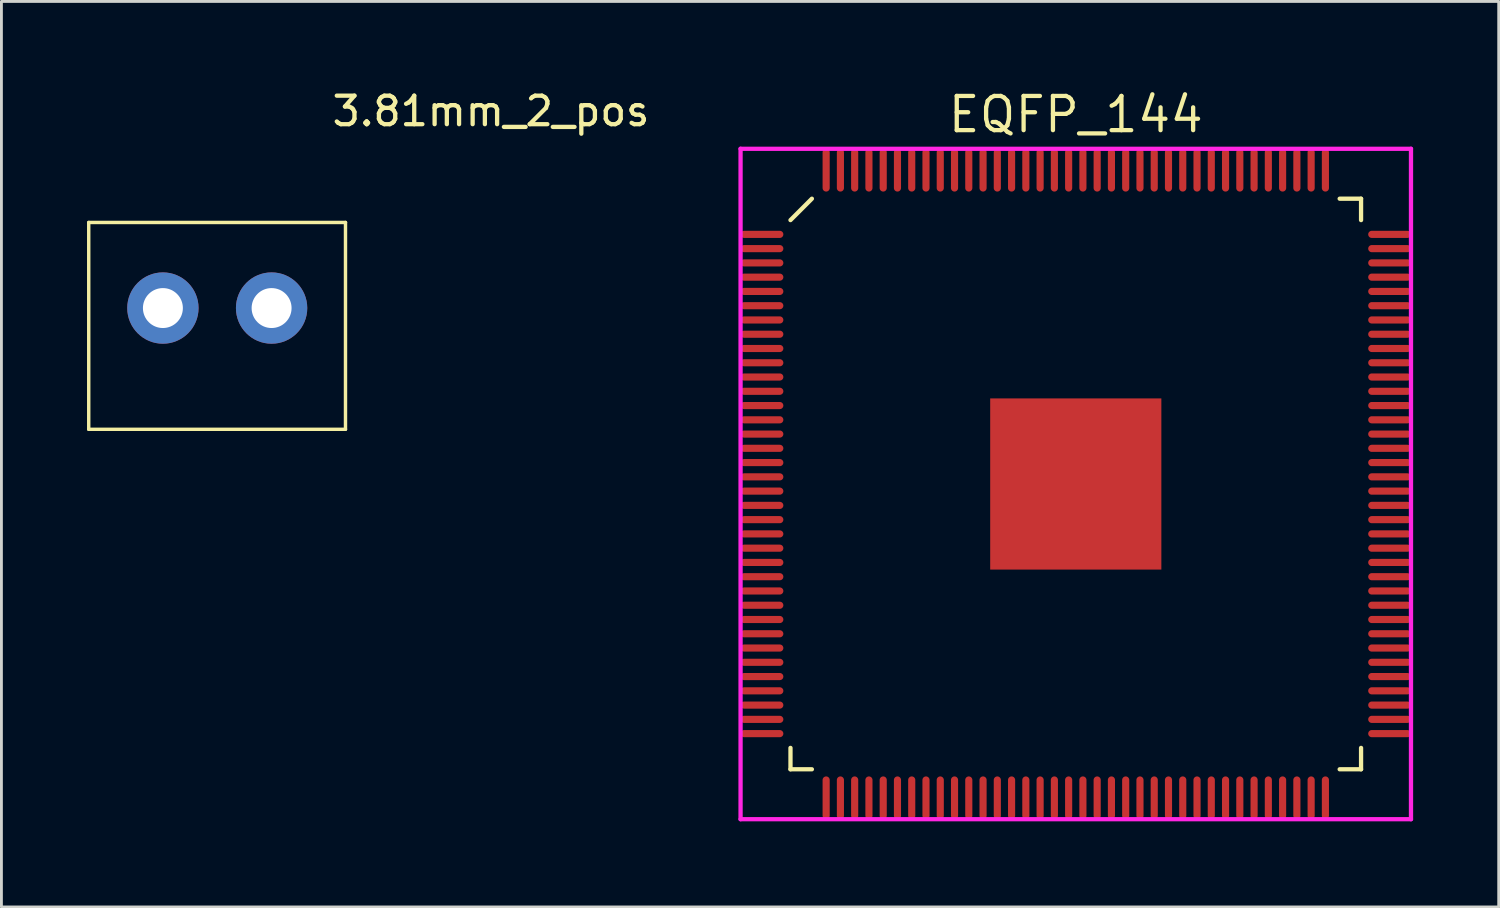
<source format=kicad_pcb>
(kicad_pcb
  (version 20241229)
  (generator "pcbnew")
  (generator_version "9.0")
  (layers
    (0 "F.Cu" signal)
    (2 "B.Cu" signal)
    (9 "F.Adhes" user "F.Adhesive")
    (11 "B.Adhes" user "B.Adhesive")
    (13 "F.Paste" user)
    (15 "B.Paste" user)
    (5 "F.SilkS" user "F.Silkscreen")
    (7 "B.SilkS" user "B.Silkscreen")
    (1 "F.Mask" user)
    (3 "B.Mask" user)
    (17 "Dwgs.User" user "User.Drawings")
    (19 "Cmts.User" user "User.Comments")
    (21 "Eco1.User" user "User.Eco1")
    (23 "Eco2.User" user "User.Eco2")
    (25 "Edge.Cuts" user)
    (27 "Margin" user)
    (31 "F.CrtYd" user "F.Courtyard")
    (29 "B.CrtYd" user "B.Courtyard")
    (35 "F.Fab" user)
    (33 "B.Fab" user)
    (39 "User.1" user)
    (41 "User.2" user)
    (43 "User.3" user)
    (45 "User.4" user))
  (footprint "3.81mm_2_pos"
    (layer "F.Cu")
    (at 2.66 7.748)
    (property "Reference" "3.81mm_2_pos" (at 11.5 -6.9 0) (layer "F.SilkS") (effects (font (size 1 1) (thickness 0.15))))
    (attr through_hole)
    (fp_line (start -2.6 -3) (end -2.6 4.25) (stroke (width 0.12) (type solid)) (layer "F.SilkS"))
    (fp_line (start -2.6 -3) (end 6.4 -3) (stroke (width 0.12) (type solid)) (layer "F.SilkS"))
    (fp_line (start 6.4 -3) (end 6.4 4.25) (stroke (width 0.12) (type solid)) (layer "F.SilkS"))
    (fp_line (start 6.4 4.25) (end -2.6 4.25) (stroke (width 0.12) (type solid)) (layer "F.SilkS"))
    (pad "1" thru_hole circle (at 0 0) (size 2.5 2.5) (drill 1.4) (layers "*.Cu" "*.Mask"))
    (pad "2" thru_hole circle (at 3.81 0) (size 2.5 2.5) (drill 1.4) (layers "*.Cu" "*.Mask")))
  (footprint "EQFP_144"
    (layer "F.Cu")
    (at 34.658 13.915)
    (property "Reference" "EQFP_144" (at 0 -12.95 0) (layer "F.SilkS") (effects (font (size 1.2 1.2) (thickness 0.15))))
    (attr through_hole)
    (fp_line (start -10 -9.25) (end -9.25 -10) (stroke (width 0.15) (type solid)) (layer "F.SilkS"))
    (fp_line (start -10 10) (end -10 9.25) (stroke (width 0.15) (type solid)) (layer "F.SilkS"))
    (fp_line (start -9.25 10) (end -10 10) (stroke (width 0.15) (type solid)) (layer "F.SilkS"))
    (fp_line (start 9.25 -10) (end 10 -10) (stroke (width 0.15) (type solid)) (layer "F.SilkS"))
    (fp_line (start 9.25 10) (end 10 10) (stroke (width 0.15) (type solid)) (layer "F.SilkS"))
    (fp_line (start 10 -10) (end 10 -9.25) (stroke (width 0.15) (type solid)) (layer "F.SilkS"))
    (fp_line (start 10 10) (end 10 9.25) (stroke (width 0.15) (type solid)) (layer "F.SilkS"))
    (fp_line (start -11.75 -11.75) (end 11.75 -11.75) (stroke (width 0.15) (type solid)) (layer "F.CrtYd"))
    (fp_line (start -11.75 11.75) (end -11.75 -11.75) (stroke (width 0.15) (type solid)) (layer "F.CrtYd"))
    (fp_line (start 11.75 -11.75) (end 11.75 11.75) (stroke (width 0.15) (type solid)) (layer "F.CrtYd"))
    (fp_line (start 11.75 11.75) (end -11.75 11.75) (stroke (width 0.15) (type solid)) (layer "F.CrtYd"))
    (pad "1" smd oval (at -11 -8.75 90) (size 0.25 1.5) (layers "F.Cu" "F.Mask" "F.Paste"))
    (pad "2" smd oval (at -11 -8.25 90) (size 0.25 1.5) (layers "F.Cu" "F.Mask" "F.Paste"))
    (pad "3" smd oval (at -11 -7.75 90) (size 0.25 1.5) (layers "F.Cu" "F.Mask" "F.Paste"))
    (pad "4" smd oval (at -11 -7.25 90) (size 0.25 1.5) (layers "F.Cu" "F.Mask" "F.Paste"))
    (pad "5" smd oval (at -11 -6.75 90) (size 0.25 1.5) (layers "F.Cu" "F.Mask" "F.Paste"))
    (pad "6" smd oval (at -11 -6.25 90) (size 0.25 1.5) (layers "F.Cu" "F.Mask" "F.Paste"))
    (pad "7" smd oval (at -11 -5.75 90) (size 0.25 1.5) (layers "F.Cu" "F.Mask" "F.Paste"))
    (pad "8" smd oval (at -11 -5.25 90) (size 0.25 1.5) (layers "F.Cu" "F.Mask" "F.Paste"))
    (pad "9" smd oval (at -11 -4.75 90) (size 0.25 1.5) (layers "F.Cu" "F.Mask" "F.Paste"))
    (pad "10" smd oval (at -11 -4.25 90) (size 0.25 1.5) (layers "F.Cu" "F.Mask" "F.Paste"))
    (pad "11" smd oval (at -11 -3.75 90) (size 0.25 1.5) (layers "F.Cu" "F.Mask" "F.Paste"))
    (pad "12" smd oval (at -11 -3.25 90) (size 0.25 1.5) (layers "F.Cu" "F.Mask" "F.Paste"))
    (pad "13" smd oval (at -11 -2.75 90) (size 0.25 1.5) (layers "F.Cu" "F.Mask" "F.Paste"))
    (pad "14" smd oval (at -11 -2.25 90) (size 0.25 1.5) (layers "F.Cu" "F.Mask" "F.Paste"))
    (pad "15" smd oval (at -11 -1.75 90) (size 0.25 1.5) (layers "F.Cu" "F.Mask" "F.Paste"))
    (pad "16" smd oval (at -11 -1.25 90) (size 0.25 1.5) (layers "F.Cu" "F.Mask" "F.Paste"))
    (pad "17" smd oval (at -11 -0.75 90) (size 0.25 1.5) (layers "F.Cu" "F.Mask" "F.Paste"))
    (pad "18" smd oval (at -11 -0.25 90) (size 0.25 1.5) (layers "F.Cu" "F.Mask" "F.Paste"))
    (pad "19" smd oval (at -11 0.25 90) (size 0.25 1.5) (layers "F.Cu" "F.Mask" "F.Paste"))
    (pad "20" smd oval (at -11 0.75 90) (size 0.25 1.5) (layers "F.Cu" "F.Mask" "F.Paste"))
    (pad "21" smd oval (at -11 1.25 90) (size 0.25 1.5) (layers "F.Cu" "F.Mask" "F.Paste"))
    (pad "22" smd oval (at -11 1.75 90) (size 0.25 1.5) (layers "F.Cu" "F.Mask" "F.Paste"))
    (pad "23" smd oval (at -11 2.25 90) (size 0.25 1.5) (layers "F.Cu" "F.Mask" "F.Paste"))
    (pad "24" smd oval (at -11 2.75 90) (size 0.25 1.5) (layers "F.Cu" "F.Mask" "F.Paste"))
    (pad "25" smd oval (at -11 3.25 90) (size 0.25 1.5) (layers "F.Cu" "F.Mask" "F.Paste"))
    (pad "26" smd oval (at -11 3.75 90) (size 0.25 1.5) (layers "F.Cu" "F.Mask" "F.Paste"))
    (pad "27" smd oval (at -11 4.25 90) (size 0.25 1.5) (layers "F.Cu" "F.Mask" "F.Paste"))
    (pad "28" smd oval (at -11 4.75 90) (size 0.25 1.5) (layers "F.Cu" "F.Mask" "F.Paste"))
    (pad "29" smd oval (at -11 5.25 90) (size 0.25 1.5) (layers "F.Cu" "F.Mask" "F.Paste"))
    (pad "30" smd oval (at -11 5.75 90) (size 0.25 1.5) (layers "F.Cu" "F.Mask" "F.Paste"))
    (pad "31" smd oval (at -11 6.25 90) (size 0.25 1.5) (layers "F.Cu" "F.Mask" "F.Paste"))
    (pad "32" smd oval (at -11 6.75 90) (size 0.25 1.5) (layers "F.Cu" "F.Mask" "F.Paste"))
    (pad "33" smd oval (at -11 7.25 90) (size 0.25 1.5) (layers "F.Cu" "F.Mask" "F.Paste"))
    (pad "34" smd oval (at -11 7.75 90) (size 0.25 1.5) (layers "F.Cu" "F.Mask" "F.Paste"))
    (pad "35" smd oval (at -11 8.25 90) (size 0.25 1.5) (layers "F.Cu" "F.Mask" "F.Paste"))
    (pad "36" smd oval (at -11 8.75 90) (size 0.25 1.5) (layers "F.Cu" "F.Mask" "F.Paste"))
    (pad "37" smd oval (at -8.75 11) (size 0.25 1.5) (layers "F.Cu" "F.Mask" "F.Paste"))
    (pad "38" smd oval (at -8.25 11) (size 0.25 1.5) (layers "F.Cu" "F.Mask" "F.Paste"))
    (pad "39" smd oval (at -7.75 11) (size 0.25 1.5) (layers "F.Cu" "F.Mask" "F.Paste"))
    (pad "40" smd oval (at -7.25 11) (size 0.25 1.5) (layers "F.Cu" "F.Mask" "F.Paste"))
    (pad "41" smd oval (at -6.75 11) (size 0.25 1.5) (layers "F.Cu" "F.Mask" "F.Paste"))
    (pad "42" smd oval (at -6.25 11) (size 0.25 1.5) (layers "F.Cu" "F.Mask" "F.Paste"))
    (pad "43" smd oval (at -5.75 11) (size 0.25 1.5) (layers "F.Cu" "F.Mask" "F.Paste"))
    (pad "44" smd oval (at -5.25 11) (size 0.25 1.5) (layers "F.Cu" "F.Mask" "F.Paste"))
    (pad "45" smd oval (at -4.75 11) (size 0.25 1.5) (layers "F.Cu" "F.Mask" "F.Paste"))
    (pad "46" smd oval (at -4.25 11) (size 0.25 1.5) (layers "F.Cu" "F.Mask" "F.Paste"))
    (pad "47" smd oval (at -3.75 11) (size 0.25 1.5) (layers "F.Cu" "F.Mask" "F.Paste"))
    (pad "48" smd oval (at -3.25 11) (size 0.25 1.5) (layers "F.Cu" "F.Mask" "F.Paste"))
    (pad "49" smd oval (at -2.75 11) (size 0.25 1.5) (layers "F.Cu" "F.Mask" "F.Paste"))
    (pad "50" smd oval (at -2.25 11) (size 0.25 1.5) (layers "F.Cu" "F.Mask" "F.Paste"))
    (pad "51" smd oval (at -1.75 11) (size 0.25 1.5) (layers "F.Cu" "F.Mask" "F.Paste"))
    (pad "52" smd oval (at -1.25 11) (size 0.25 1.5) (layers "F.Cu" "F.Mask" "F.Paste"))
    (pad "53" smd oval (at -0.75 11) (size 0.25 1.5) (layers "F.Cu" "F.Mask" "F.Paste"))
    (pad "54" smd oval (at -0.25 11) (size 0.25 1.5) (layers "F.Cu" "F.Mask" "F.Paste"))
    (pad "55" smd oval (at 0.25 11) (size 0.25 1.5) (layers "F.Cu" "F.Mask" "F.Paste"))
    (pad "56" smd oval (at 0.75 11) (size 0.25 1.5) (layers "F.Cu" "F.Mask" "F.Paste"))
    (pad "57" smd oval (at 1.25 11) (size 0.25 1.5) (layers "F.Cu" "F.Mask" "F.Paste"))
    (pad "58" smd oval (at 1.75 11) (size 0.25 1.5) (layers "F.Cu" "F.Mask" "F.Paste"))
    (pad "59" smd oval (at 2.25 11) (size 0.25 1.5) (layers "F.Cu" "F.Mask" "F.Paste"))
    (pad "60" smd oval (at 2.75 11) (size 0.25 1.5) (layers "F.Cu" "F.Mask" "F.Paste"))
    (pad "61" smd oval (at 3.25 11) (size 0.25 1.5) (layers "F.Cu" "F.Mask" "F.Paste"))
    (pad "62" smd oval (at 3.75 11) (size 0.25 1.5) (layers "F.Cu" "F.Mask" "F.Paste"))
    (pad "63" smd oval (at 4.25 11) (size 0.25 1.5) (layers "F.Cu" "F.Mask" "F.Paste"))
    (pad "64" smd oval (at 4.75 11) (size 0.25 1.5) (layers "F.Cu" "F.Mask" "F.Paste"))
    (pad "65" smd oval (at 5.25 11) (size 0.25 1.5) (layers "F.Cu" "F.Mask" "F.Paste"))
    (pad "66" smd oval (at 5.75 11) (size 0.25 1.5) (layers "F.Cu" "F.Mask" "F.Paste"))
    (pad "67" smd oval (at 6.25 11) (size 0.25 1.5) (layers "F.Cu" "F.Mask" "F.Paste"))
    (pad "68" smd oval (at 6.75 11) (size 0.25 1.5) (layers "F.Cu" "F.Mask" "F.Paste"))
    (pad "69" smd oval (at 7.25 11) (size 0.25 1.5) (layers "F.Cu" "F.Mask" "F.Paste"))
    (pad "70" smd oval (at 7.75 11) (size 0.25 1.5) (layers "F.Cu" "F.Mask" "F.Paste"))
    (pad "71" smd oval (at 8.25 11) (size 0.25 1.5) (layers "F.Cu" "F.Mask" "F.Paste"))
    (pad "72" smd oval (at 8.75 11) (size 0.25 1.5) (layers "F.Cu" "F.Mask" "F.Paste"))
    (pad "73" smd oval (at 11 8.75 90) (size 0.25 1.5) (layers "F.Cu" "F.Mask" "F.Paste"))
    (pad "74" smd oval (at 11 8.25 90) (size 0.25 1.5) (layers "F.Cu" "F.Mask" "F.Paste"))
    (pad "75" smd oval (at 11 7.75 90) (size 0.25 1.5) (layers "F.Cu" "F.Mask" "F.Paste"))
    (pad "76" smd oval (at 11 7.25 90) (size 0.25 1.5) (layers "F.Cu" "F.Mask" "F.Paste"))
    (pad "77" smd oval (at 11 6.75 90) (size 0.25 1.5) (layers "F.Cu" "F.Mask" "F.Paste"))
    (pad "78" smd oval (at 11 6.25 90) (size 0.25 1.5) (layers "F.Cu" "F.Mask" "F.Paste"))
    (pad "79" smd oval (at 11 5.75 90) (size 0.25 1.5) (layers "F.Cu" "F.Mask" "F.Paste"))
    (pad "80" smd oval (at 11 5.25 90) (size 0.25 1.5) (layers "F.Cu" "F.Mask" "F.Paste"))
    (pad "81" smd oval (at 11 4.75 90) (size 0.25 1.5) (layers "F.Cu" "F.Mask" "F.Paste"))
    (pad "82" smd oval (at 11 4.25 90) (size 0.25 1.5) (layers "F.Cu" "F.Mask" "F.Paste"))
    (pad "83" smd oval (at 11 3.75 90) (size 0.25 1.5) (layers "F.Cu" "F.Mask" "F.Paste"))
    (pad "84" smd oval (at 11 3.25 90) (size 0.25 1.5) (layers "F.Cu" "F.Mask" "F.Paste"))
    (pad "85" smd oval (at 11 2.75 90) (size 0.25 1.5) (layers "F.Cu" "F.Mask" "F.Paste"))
    (pad "86" smd oval (at 11 2.25 90) (size 0.25 1.5) (layers "F.Cu" "F.Mask" "F.Paste"))
    (pad "87" smd oval (at 11 1.75 90) (size 0.25 1.5) (layers "F.Cu" "F.Mask" "F.Paste"))
    (pad "88" smd oval (at 11 1.25 90) (size 0.25 1.5) (layers "F.Cu" "F.Mask" "F.Paste"))
    (pad "89" smd oval (at 11 0.75 90) (size 0.25 1.5) (layers "F.Cu" "F.Mask" "F.Paste"))
    (pad "90" smd oval (at 11 0.25 90) (size 0.25 1.5) (layers "F.Cu" "F.Mask" "F.Paste"))
    (pad "91" smd oval (at 11 -0.25 90) (size 0.25 1.5) (layers "F.Cu" "F.Mask" "F.Paste"))
    (pad "92" smd oval (at 11 -0.75 90) (size 0.25 1.5) (layers "F.Cu" "F.Mask" "F.Paste"))
    (pad "93" smd oval (at 11 -1.25 90) (size 0.25 1.5) (layers "F.Cu" "F.Mask" "F.Paste"))
    (pad "94" smd oval (at 11 -1.75 90) (size 0.25 1.5) (layers "F.Cu" "F.Mask" "F.Paste"))
    (pad "95" smd oval (at 11 -2.25 90) (size 0.25 1.5) (layers "F.Cu" "F.Mask" "F.Paste"))
    (pad "96" smd oval (at 11 -2.75 90) (size 0.25 1.5) (layers "F.Cu" "F.Mask" "F.Paste"))
    (pad "97" smd oval (at 11 -3.25 90) (size 0.25 1.5) (layers "F.Cu" "F.Mask" "F.Paste"))
    (pad "98" smd oval (at 11 -3.75 90) (size 0.25 1.5) (layers "F.Cu" "F.Mask" "F.Paste"))
    (pad "99" smd oval (at 11 -4.25 90) (size 0.25 1.5) (layers "F.Cu" "F.Mask" "F.Paste"))
    (pad "100" smd oval (at 11 -4.75 90) (size 0.25 1.5) (layers "F.Cu" "F.Mask" "F.Paste"))
    (pad "101" smd oval (at 11 -5.25 90) (size 0.25 1.5) (layers "F.Cu" "F.Mask" "F.Paste"))
    (pad "102" smd oval (at 11 -5.75 90) (size 0.25 1.5) (layers "F.Cu" "F.Mask" "F.Paste"))
    (pad "103" smd oval (at 11 -6.25 90) (size 0.25 1.5) (layers "F.Cu" "F.Mask" "F.Paste"))
    (pad "104" smd oval (at 11 -6.75 90) (size 0.25 1.5) (layers "F.Cu" "F.Mask" "F.Paste"))
    (pad "105" smd oval (at 11 -7.25 90) (size 0.25 1.5) (layers "F.Cu" "F.Mask" "F.Paste"))
    (pad "106" smd oval (at 11 -7.75 90) (size 0.25 1.5) (layers "F.Cu" "F.Mask" "F.Paste"))
    (pad "107" smd oval (at 11 -8.25 90) (size 0.25 1.5) (layers "F.Cu" "F.Mask" "F.Paste"))
    (pad "108" smd oval (at 11 -8.75 90) (size 0.25 1.5) (layers "F.Cu" "F.Mask" "F.Paste"))
    (pad "109" smd oval (at 8.75 -11) (size 0.25 1.5) (layers "F.Cu" "F.Mask" "F.Paste"))
    (pad "110" smd oval (at 8.25 -11) (size 0.25 1.5) (layers "F.Cu" "F.Mask" "F.Paste"))
    (pad "111" smd oval (at 7.75 -11) (size 0.25 1.5) (layers "F.Cu" "F.Mask" "F.Paste"))
    (pad "112" smd oval (at 7.25 -11) (size 0.25 1.5) (layers "F.Cu" "F.Mask" "F.Paste"))
    (pad "113" smd oval (at 6.75 -11) (size 0.25 1.5) (layers "F.Cu" "F.Mask" "F.Paste"))
    (pad "114" smd oval (at 6.25 -11) (size 0.25 1.5) (layers "F.Cu" "F.Mask" "F.Paste"))
    (pad "115" smd oval (at 5.75 -11) (size 0.25 1.5) (layers "F.Cu" "F.Mask" "F.Paste"))
    (pad "116" smd oval (at 5.25 -11) (size 0.25 1.5) (layers "F.Cu" "F.Mask" "F.Paste"))
    (pad "117" smd oval (at 4.75 -11) (size 0.25 1.5) (layers "F.Cu" "F.Mask" "F.Paste"))
    (pad "118" smd oval (at 4.25 -11) (size 0.25 1.5) (layers "F.Cu" "F.Mask" "F.Paste"))
    (pad "119" smd oval (at 3.75 -11) (size 0.25 1.5) (layers "F.Cu" "F.Mask" "F.Paste"))
    (pad "120" smd oval (at 3.25 -11) (size 0.25 1.5) (layers "F.Cu" "F.Mask" "F.Paste"))
    (pad "121" smd oval (at 2.75 -11) (size 0.25 1.5) (layers "F.Cu" "F.Mask" "F.Paste"))
    (pad "122" smd oval (at 2.25 -11) (size 0.25 1.5) (layers "F.Cu" "F.Mask" "F.Paste"))
    (pad "123" smd oval (at 1.75 -11) (size 0.25 1.5) (layers "F.Cu" "F.Mask" "F.Paste"))
    (pad "124" smd oval (at 1.25 -11) (size 0.25 1.5) (layers "F.Cu" "F.Mask" "F.Paste"))
    (pad "125" smd oval (at 0.75 -11) (size 0.25 1.5) (layers "F.Cu" "F.Mask" "F.Paste"))
    (pad "126" smd oval (at 0.25 -11) (size 0.25 1.5) (layers "F.Cu" "F.Mask" "F.Paste"))
    (pad "127" smd oval (at -0.25 -11) (size 0.25 1.5) (layers "F.Cu" "F.Mask" "F.Paste"))
    (pad "128" smd oval (at -0.75 -11) (size 0.25 1.5) (layers "F.Cu" "F.Mask" "F.Paste"))
    (pad "129" smd oval (at -1.25 -11) (size 0.25 1.5) (layers "F.Cu" "F.Mask" "F.Paste"))
    (pad "130" smd oval (at -1.75 -11) (size 0.25 1.5) (layers "F.Cu" "F.Mask" "F.Paste"))
    (pad "131" smd oval (at -2.25 -11) (size 0.25 1.5) (layers "F.Cu" "F.Mask" "F.Paste"))
    (pad "132" smd oval (at -2.75 -11) (size 0.25 1.5) (layers "F.Cu" "F.Mask" "F.Paste"))
    (pad "133" smd oval (at -3.25 -11) (size 0.25 1.5) (layers "F.Cu" "F.Mask" "F.Paste"))
    (pad "134" smd oval (at -3.75 -11) (size 0.25 1.5) (layers "F.Cu" "F.Mask" "F.Paste"))
    (pad "135" smd oval (at -4.25 -11) (size 0.25 1.5) (layers "F.Cu" "F.Mask" "F.Paste"))
    (pad "136" smd oval (at -4.75 -11) (size 0.25 1.5) (layers "F.Cu" "F.Mask" "F.Paste"))
    (pad "137" smd oval (at -5.25 -11) (size 0.25 1.5) (layers "F.Cu" "F.Mask" "F.Paste"))
    (pad "138" smd oval (at -5.75 -11) (size 0.25 1.5) (layers "F.Cu" "F.Mask" "F.Paste"))
    (pad "139" smd oval (at -6.25 -11) (size 0.25 1.5) (layers "F.Cu" "F.Mask" "F.Paste"))
    (pad "140" smd oval (at -6.75 -11) (size 0.25 1.5) (layers "F.Cu" "F.Mask" "F.Paste"))
    (pad "141" smd oval (at -7.25 -11) (size 0.25 1.5) (layers "F.Cu" "F.Mask" "F.Paste"))
    (pad "142" smd oval (at -7.75 -11) (size 0.25 1.5) (layers "F.Cu" "F.Mask" "F.Paste"))
    (pad "143" smd oval (at -8.25 -11) (size 0.25 1.5) (layers "F.Cu" "F.Mask" "F.Paste"))
    (pad "144" smd oval (at -8.75 -11) (size 0.25 1.5) (layers "F.Cu" "F.Mask" "F.Paste"))
    (pad "145" smd rect (at 0 0) (size 6 6) (layers "F.Cu" "F.Mask" "F.Paste")))
  (gr_rect
    (start -3 -3)
    (end 49.483 28.74)
    (stroke (width 0.1) (type default))
    (fill no)
    (layer "Edge.Cuts")))
</source>
